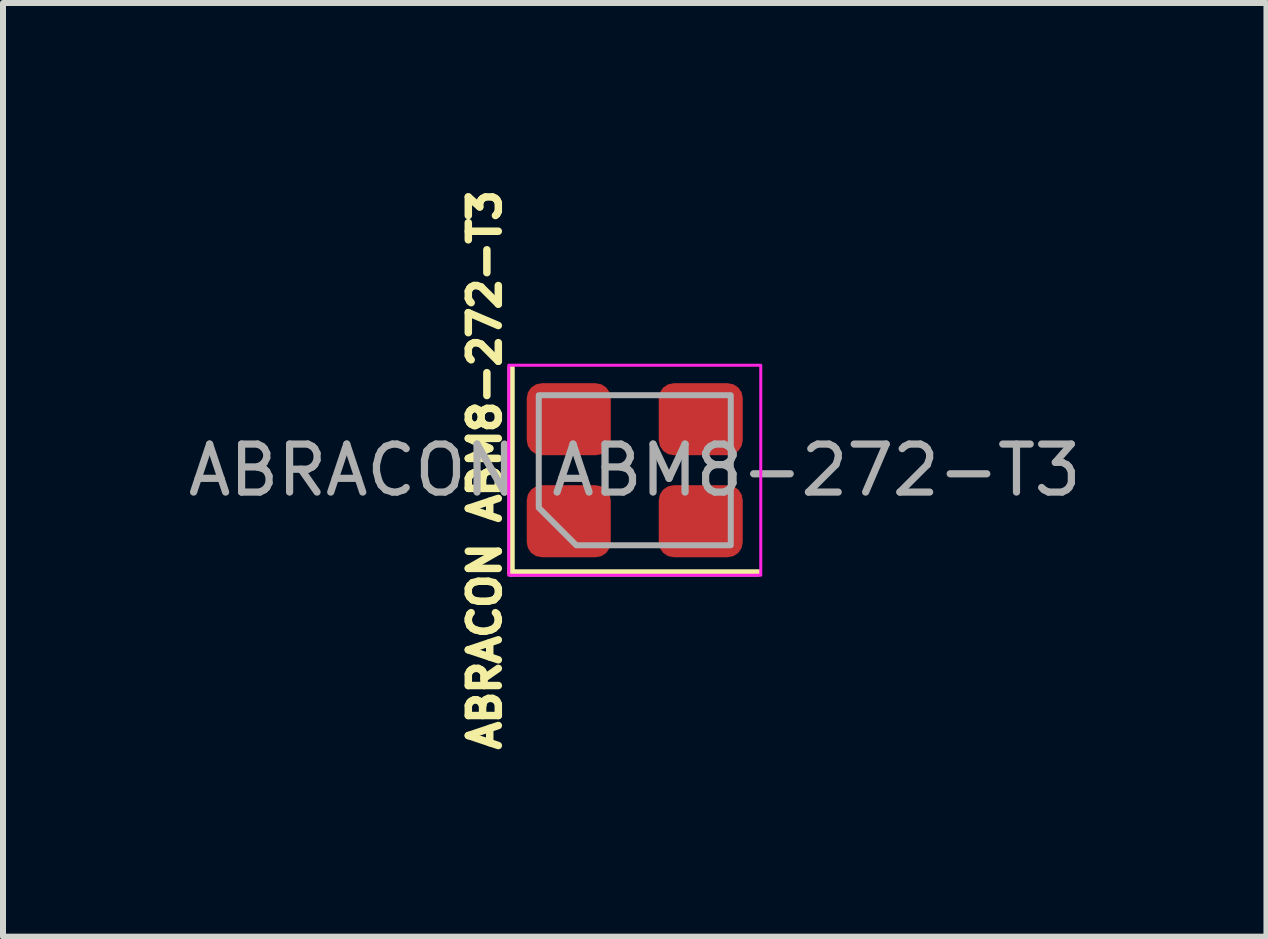
<source format=kicad_pcb>
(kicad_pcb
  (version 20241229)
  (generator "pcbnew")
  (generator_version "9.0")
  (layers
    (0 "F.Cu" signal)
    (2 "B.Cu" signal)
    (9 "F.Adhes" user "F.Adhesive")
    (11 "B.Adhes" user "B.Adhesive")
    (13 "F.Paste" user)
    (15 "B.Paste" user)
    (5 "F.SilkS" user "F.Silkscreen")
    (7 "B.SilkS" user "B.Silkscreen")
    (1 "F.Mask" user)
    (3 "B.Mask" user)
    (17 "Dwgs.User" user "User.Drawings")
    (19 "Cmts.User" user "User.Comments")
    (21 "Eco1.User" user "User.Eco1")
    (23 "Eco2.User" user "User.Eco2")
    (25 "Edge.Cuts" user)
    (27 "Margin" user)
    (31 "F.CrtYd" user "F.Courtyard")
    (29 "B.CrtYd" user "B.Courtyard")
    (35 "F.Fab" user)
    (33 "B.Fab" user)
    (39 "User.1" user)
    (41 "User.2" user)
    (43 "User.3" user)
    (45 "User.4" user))
  (footprint "ABRACON ABM8-272-T3"
    (layer "F.Cu")
    (at 7.529 4.787)
    (property "Reference" "ABRACON ABM8-272-T3" (at -2.499 -0.007 90) (layer "F.SilkS") (effects (font (size 0.5 0.5) (thickness 0.125))))
    (attr smd)
    (fp_line (start -2.06 -1.71) (end -2.06 1.71) (stroke (width 0.12) (type solid)) (layer "F.SilkS"))
    (fp_line (start -2.06 1.71) (end 2.06 1.71) (stroke (width 0.12) (type solid)) (layer "F.SilkS"))
    (fp_rect (start -2.1 -1.75) (end 2.1 1.75) (stroke (width 0.05) (type solid)) (fill no) (layer "F.CrtYd"))
    (fp_poly (pts (xy -1.6 -1.25) (xy -1.6 0.625) (xy -0.975 1.25) (xy 1.6 1.25) (xy 1.6 -1.25)) (stroke (width 0.1) (type solid)) (fill no) (layer "F.Fab"))
    (fp_text user "${REFERENCE}" (at 0 0 180) (layer "F.Fab") (effects (font (size 0.8 0.8) (thickness 0.12))))
    (pad "1" smd roundrect (at -1.1 0.85) (size 1.4 1.2) (layers "F.Cu" "F.Mask" "F.Paste") (roundrect_rratio 0.208))
    (pad "2" smd roundrect (at 1.1 0.85) (size 1.4 1.2) (layers "F.Cu" "F.Mask" "F.Paste") (roundrect_rratio 0.208))
    (pad "3" smd roundrect (at -1.1 -0.85) (size 1.4 1.2) (layers "F.Cu" "F.Mask" "F.Paste") (roundrect_rratio 0.208))
    (pad "4" smd roundrect (at 1.1 -0.85) (size 1.4 1.2) (layers "F.Cu" "F.Mask" "F.Paste") (roundrect_rratio 0.208)))
  (gr_rect
    (start -3 -3)
    (end 18.057 12.561)
    (stroke (width 0.1) (type default))
    (fill no)
    (layer "Edge.Cuts")))
</source>
